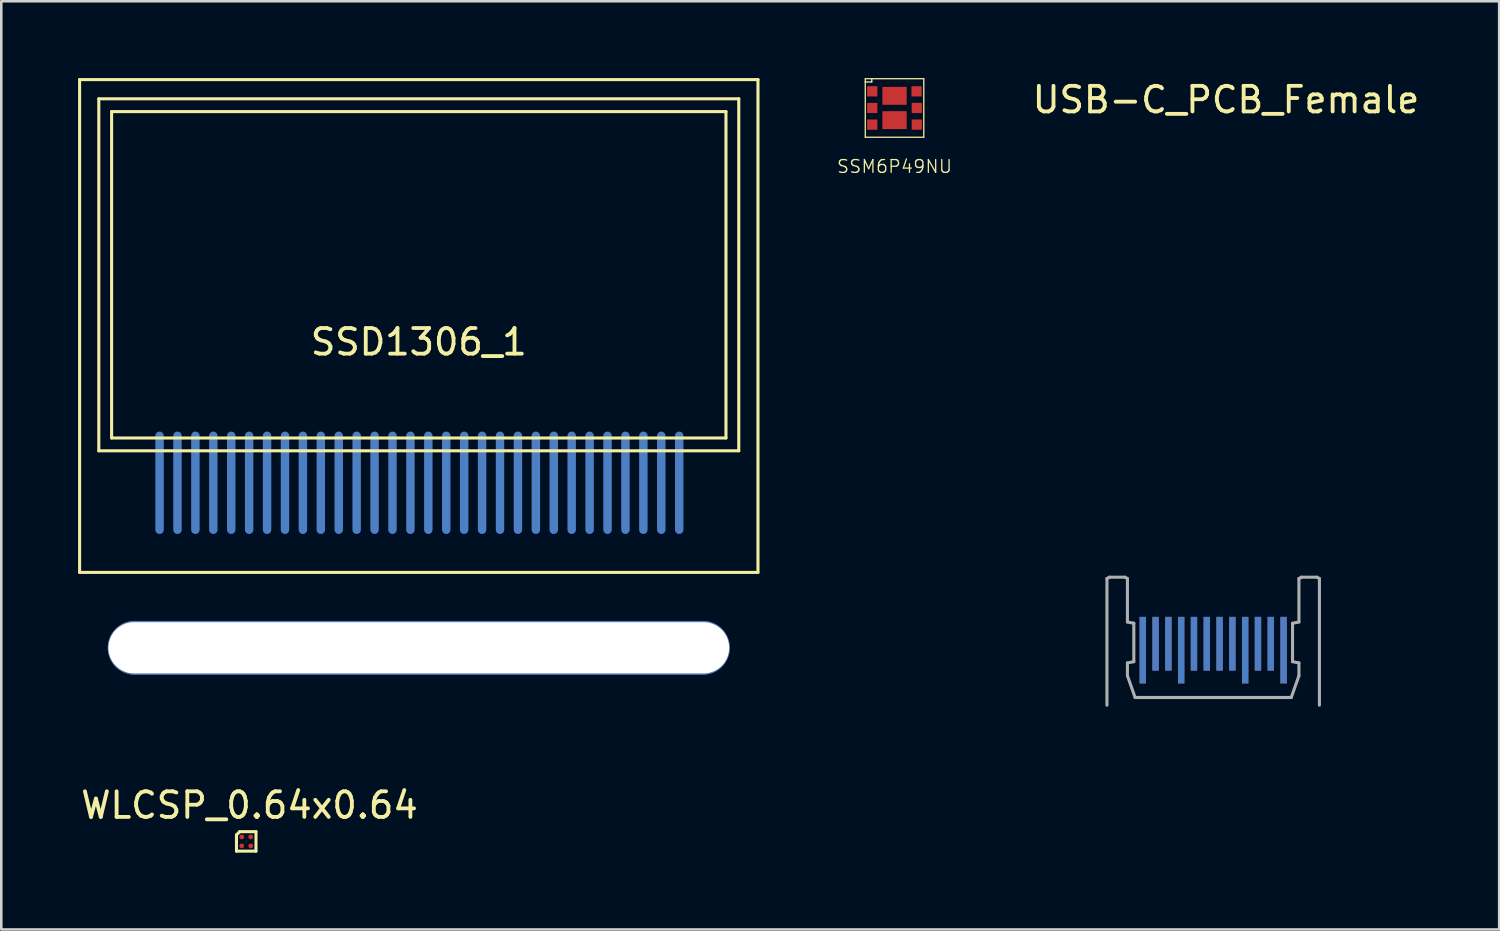
<source format=kicad_pcb>
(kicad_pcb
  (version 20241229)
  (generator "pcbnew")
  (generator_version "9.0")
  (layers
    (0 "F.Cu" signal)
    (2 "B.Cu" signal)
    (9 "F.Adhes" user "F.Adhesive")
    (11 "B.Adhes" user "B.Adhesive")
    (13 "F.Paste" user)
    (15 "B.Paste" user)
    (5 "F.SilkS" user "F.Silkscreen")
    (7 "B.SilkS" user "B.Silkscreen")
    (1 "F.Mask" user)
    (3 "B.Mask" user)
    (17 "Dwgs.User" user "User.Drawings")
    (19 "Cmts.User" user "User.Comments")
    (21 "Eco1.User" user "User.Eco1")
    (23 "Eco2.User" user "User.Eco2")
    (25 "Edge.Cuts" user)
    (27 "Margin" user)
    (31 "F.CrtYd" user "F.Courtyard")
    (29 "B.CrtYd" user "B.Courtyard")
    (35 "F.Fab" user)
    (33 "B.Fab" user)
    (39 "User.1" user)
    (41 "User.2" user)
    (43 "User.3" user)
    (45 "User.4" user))
  (footprint "SSM6P49NU"
    (layer "F.Cu")
    (at 31.895 1.168)
    (property "Reference" "SSM6P49NU" (at 0 2.286 0) (layer "F.SilkS") (effects (font (size 0.5 0.5) (thickness 0.05))))
    (attr through_hole)
    (fp_line (start -1.143 -1.143) (end 1.143 -1.143) (stroke (width 0.05) (type solid)) (layer "F.SilkS"))
    (fp_line (start -1.143 -1.016) (end -0.889 -1.016) (stroke (width 0.05) (type solid)) (layer "F.SilkS"))
    (fp_line (start -1.143 1.143) (end -1.143 -1.143) (stroke (width 0.05) (type solid)) (layer "F.SilkS"))
    (fp_line (start -0.889 -1.016) (end -0.889 -1.143) (stroke (width 0.05) (type solid)) (layer "F.SilkS"))
    (fp_line (start 1.143 -1.143) (end 1.143 1.143) (stroke (width 0.05) (type solid)) (layer "F.SilkS"))
    (fp_line (start 1.143 1.143) (end -1.143 1.143) (stroke (width 0.05) (type solid)) (layer "F.SilkS"))
    (pad "1" smd rect (at -0.87 -0.65) (size 0.4 0.4) (layers "F.Cu" "F.Mask" "F.Paste"))
    (pad "2" smd rect (at -0.87 0) (size 0.4 0.4) (layers "F.Cu" "F.Mask" "F.Paste"))
    (pad "3" smd rect (at -0.87 0.65) (size 0.4 0.4) (layers "F.Cu" "F.Mask" "F.Paste"))
    (pad "4" smd rect (at 0.87 0.65) (size 0.4 0.4) (layers "F.Cu" "F.Mask" "F.Paste"))
    (pad "5" smd rect (at 0.87 0) (size 0.4 0.4) (layers "F.Cu" "F.Mask" "F.Paste"))
    (pad "6" smd rect (at 0.86 -0.65) (size 0.4 0.4) (layers "F.Cu" "F.Mask" "F.Paste"))
    (pad "7" smd rect (at 0 -0.475) (size 0.95 0.7) (layers "F.Cu" "F.Mask" "F.Paste"))
    (pad "8" smd rect (at 0 0.475) (size 0.95 0.7) (layers "F.Cu" "F.Mask" "F.Paste")))
  (footprint "WLCSP_0.64x0.64"
    (layer "F.Cu")
    (at 6.569 29.819)
    (property "Reference" "WLCSP_0.64x0.64" (at 0.127 -1.412 0) (layer "F.SilkS") (effects (font (size 1 1) (thickness 0.15))))
    (attr through_hole)
    (fp_line (start -0.381 0.381) (end -0.381 -0.254) (stroke (width 0.12) (type solid)) (layer "F.SilkS"))
    (fp_line (start -0.381 0.381) (end 0.381 0.381) (stroke (width 0.12) (type solid)) (layer "F.SilkS"))
    (fp_line (start -0.254 -0.381) (end -0.381 -0.254) (stroke (width 0.12) (type solid)) (layer "F.SilkS"))
    (fp_line (start 0.381 -0.381) (end -0.254 -0.381) (stroke (width 0.12) (type solid)) (layer "F.SilkS"))
    (fp_line (start 0.381 0.381) (end 0.381 -0.381) (stroke (width 0.12) (type solid)) (layer "F.SilkS"))
    (pad "A1" smd circle (at -0.175 -0.175) (size 0.187 0.187) (layers "F.Cu" "F.Mask" "F.Paste"))
    (pad "A2" smd circle (at 0.175 -0.175) (size 0.187 0.187) (layers "F.Cu" "F.Mask" "F.Paste"))
    (pad "B1" smd circle (at -0.175 0.175) (size 0.187 0.187) (layers "F.Cu" "F.Mask" "F.Paste"))
    (pad "B2" smd circle (at 0.175 0.175) (size 0.187 0.187) (layers "F.Cu" "F.Mask" "F.Paste")))
  (footprint "USB-C_PCB_Female"
    (layer "F.Cu")
    (at 44.343 22.348)
    (property "Reference" "USB-C_PCB_Female" (at 0.5 -21.5 0) (layer "F.SilkS") (effects (font (size 1 1) (thickness 0.15))))
    (attr through_hole)
    (fp_line (start -4.15 -2.8) (end -4.15 2.15) (stroke (width 0.12) (type solid)) (layer "F.Fab"))
    (fp_line (start -4.15 -2.8) (end -4.05 -2.85) (stroke (width 0.12) (type solid)) (layer "F.Fab"))
    (fp_line (start -4.05 -2.85) (end -3.45 -2.85) (stroke (width 0.12) (type solid)) (layer "F.Fab"))
    (fp_line (start -3.45 -2.85) (end -3.35 -2.8) (stroke (width 0.12) (type solid)) (layer "F.Fab"))
    (fp_line (start -3.35 -1.1) (end -3.35 -2.8) (stroke (width 0.12) (type solid)) (layer "F.Fab"))
    (fp_line (start -3.35 0.5) (end -3.1 0.45) (stroke (width 0.12) (type solid)) (layer "F.Fab"))
    (fp_line (start -3.35 1) (end -3.35 0.5) (stroke (width 0.12) (type solid)) (layer "F.Fab"))
    (fp_line (start -3.1 -1.05) (end -3.35 -1.1) (stroke (width 0.12) (type solid)) (layer "F.Fab"))
    (fp_line (start -3.1 0.45) (end -3.1 -1.05) (stroke (width 0.12) (type solid)) (layer "F.Fab"))
    (fp_line (start -3.05 1.85) (end -3.35 1) (stroke (width 0.12) (type solid)) (layer "F.Fab"))
    (fp_line (start -3.05 1.85) (end 3.05 1.85) (stroke (width 0.12) (type solid)) (layer "F.Fab"))
    (fp_line (start 3.05 1.85) (end 3.35 1) (stroke (width 0.12) (type solid)) (layer "F.Fab"))
    (fp_line (start 3.1 -1.05) (end 3.35 -1.1) (stroke (width 0.12) (type solid)) (layer "F.Fab"))
    (fp_line (start 3.1 0.45) (end 3.1 -1.05) (stroke (width 0.12) (type solid)) (layer "F.Fab"))
    (fp_line (start 3.35 -2.8) (end 3.45 -2.85) (stroke (width 0.12) (type solid)) (layer "F.Fab"))
    (fp_line (start 3.35 -1.1) (end 3.35 -2.8) (stroke (width 0.12) (type solid)) (layer "F.Fab"))
    (fp_line (start 3.35 0.5) (end 3.1 0.45) (stroke (width 0.12) (type solid)) (layer "F.Fab"))
    (fp_line (start 3.35 1) (end 3.35 0.5) (stroke (width 0.12) (type solid)) (layer "F.Fab"))
    (fp_line (start 3.45 -2.85) (end 4.05 -2.85) (stroke (width 0.12) (type solid)) (layer "F.Fab"))
    (fp_line (start 4.05 -2.85) (end 4.15 -2.8) (stroke (width 0.12) (type solid)) (layer "F.Fab"))
    (fp_line (start 4.15 -2.8) (end 4.15 2.15) (stroke (width 0.12) (type solid)) (layer "F.Fab"))
    (pad "A1" smd rect (at -2.75 0) (size 0.25 2.6) (layers "F.Cu" "F.Mask" "F.Paste"))
    (pad "A2" smd rect (at -2.25 -0.25) (size 0.25 2.1) (layers "F.Cu" "F.Mask" "F.Paste"))
    (pad "A3" smd rect (at -1.75 -0.25) (size 0.25 2.1) (layers "F.Cu" "F.Mask" "F.Paste"))
    (pad "A4" smd rect (at -1.25 0) (size 0.25 2.6) (layers "F.Cu" "F.Mask" "F.Paste"))
    (pad "A5" smd rect (at -0.75 -0.25) (size 0.25 2.1) (layers "F.Cu" "F.Mask" "F.Paste"))
    (pad "A6" smd rect (at -0.25 -0.25) (size 0.25 2.1) (layers "F.Cu" "F.Mask" "F.Paste"))
    (pad "A7" smd rect (at 0.25 -0.25) (size 0.25 2.1) (layers "F.Cu" "F.Mask" "F.Paste"))
    (pad "A8" smd rect (at 0.75 -0.25) (size 0.25 2.1) (layers "F.Cu" "F.Mask" "F.Paste"))
    (pad "A9" smd rect (at 1.25 0) (size 0.25 2.6) (layers "F.Cu" "F.Mask" "F.Paste"))
    (pad "A10" smd rect (at 1.75 -0.25) (size 0.25 2.1) (layers "F.Cu" "F.Mask" "F.Paste"))
    (pad "A11" smd rect (at 2.25 -0.25) (size 0.25 2.1) (layers "F.Cu" "F.Mask" "F.Paste"))
    (pad "A12" smd rect (at 2.75 0) (size 0.25 2.6) (layers "F.Cu" "F.Mask" "F.Paste"))
    (pad "B1" smd rect (at 2.75 0 180) (size 0.25 2.6) (layers "B.Cu" "B.Mask" "B.Paste"))
    (pad "B2" smd rect (at 2.25 -0.25 180) (size 0.25 2.1) (layers "B.Cu" "B.Mask" "B.Paste"))
    (pad "B3" smd rect (at 1.75 -0.25 180) (size 0.25 2.1) (layers "B.Cu" "B.Mask" "B.Paste"))
    (pad "B4" smd rect (at 1.25 0 180) (size 0.25 2.6) (layers "B.Cu" "B.Mask" "B.Paste"))
    (pad "B5" smd rect (at 0.75 -0.25 180) (size 0.25 2.1) (layers "B.Cu" "B.Mask" "B.Paste"))
    (pad "B6" smd rect (at 0.25 -0.25 180) (size 0.25 2.1) (layers "B.Cu" "B.Mask" "B.Paste"))
    (pad "B7" smd rect (at -0.25 -0.25 180) (size 0.25 2.1) (layers "B.Cu" "B.Mask" "B.Paste"))
    (pad "B8" smd rect (at -0.75 -0.25 180) (size 0.25 2.1) (layers "B.Cu" "B.Mask" "B.Paste"))
    (pad "B9" smd rect (at -1.25 0 180) (size 0.25 2.6) (layers "B.Cu" "B.Mask" "B.Paste"))
    (pad "B10" smd rect (at -1.75 -0.25 180) (size 0.25 2.1) (layers "B.Cu" "B.Mask" "B.Paste"))
    (pad "B11" smd rect (at -2.25 -0.25 180) (size 0.25 2.1) (layers "B.Cu" "B.Mask" "B.Paste"))
    (pad "B12" smd rect (at -2.75 0 180) (size 0.25 2.6) (layers "B.Cu" "B.Mask" "B.Paste")))
  (footprint "SSD1306_1"
    (layer "F.Cu")
    (at 13.31 9.81)
    (property "Reference" "SSD1306_1" (at 0 0.5 0) (layer "F.SilkS") (effects (font (size 1 1) (thickness 0.15))))
    (attr through_hole)
    (fp_line (start -13.25 -9.75) (end -13.25 9.5) (stroke (width 0.12) (type solid)) (layer "F.SilkS"))
    (fp_line (start -13.25 9.5) (end 13.25 9.5) (stroke (width 0.12) (type solid)) (layer "F.SilkS"))
    (fp_line (start -12.5 -9) (end 12.5 -9) (stroke (width 0.12) (type solid)) (layer "F.SilkS"))
    (fp_line (start -12.5 4.75) (end -12.5 -9) (stroke (width 0.12) (type solid)) (layer "F.SilkS"))
    (fp_line (start -12 -8.5) (end 12 -8.5) (stroke (width 0.12) (type solid)) (layer "F.SilkS"))
    (fp_line (start -12 4.25) (end -12 -8.5) (stroke (width 0.12) (type solid)) (layer "F.SilkS"))
    (fp_line (start 12 -8.5) (end 12 4.25) (stroke (width 0.12) (type solid)) (layer "F.SilkS"))
    (fp_line (start 12 4.25) (end -12 4.25) (stroke (width 0.12) (type solid)) (layer "F.SilkS"))
    (fp_line (start 12.5 -9) (end 12.5 4.75) (stroke (width 0.12) (type solid)) (layer "F.SilkS"))
    (fp_line (start 12.5 4.75) (end -12.5 4.75) (stroke (width 0.12) (type solid)) (layer "F.SilkS"))
    (fp_line (start 13.25 -9.75) (end -13.25 -9.75) (stroke (width 0.12) (type solid)) (layer "F.SilkS"))
    (fp_line (start 13.25 9.5) (end 13.25 -9.75) (stroke (width 0.12) (type solid)) (layer "F.SilkS"))
    (pad "" thru_hole oval (at 0 12.446) (size 24.3 2.1) (drill oval 24.25 2) (layers "*.Cu" "*.Mask"))
    (pad "1" smd oval (at -10.127 6) (size 0.33 4) (layers "B.Cu" "B.Mask" "B.Paste"))
    (pad "2" smd oval (at -9.427 6) (size 0.33 4) (layers "B.Cu" "B.Mask" "B.Paste"))
    (pad "3" smd oval (at -8.727 6) (size 0.33 4) (layers "B.Cu" "B.Mask" "B.Paste"))
    (pad "4" smd oval (at -8.027 6) (size 0.33 4) (layers "B.Cu" "B.Mask" "B.Paste"))
    (pad "5" smd oval (at -7.327 6) (size 0.33 4) (layers "B.Cu" "B.Mask" "B.Paste"))
    (pad "6" smd oval (at -6.627 6) (size 0.33 4) (layers "B.Cu" "B.Mask" "B.Paste"))
    (pad "7" smd oval (at -5.927 6) (size 0.33 4) (layers "B.Cu" "B.Mask" "B.Paste"))
    (pad "8" smd oval (at -5.227 6) (size 0.33 4) (layers "B.Cu" "B.Mask" "B.Paste"))
    (pad "9" smd oval (at -4.527 6) (size 0.33 4) (layers "B.Cu" "B.Mask" "B.Paste"))
    (pad "10" smd oval (at -3.827 6) (size 0.33 4) (layers "B.Cu" "B.Mask" "B.Paste"))
    (pad "11" smd oval (at -3.127 6) (size 0.33 4) (layers "B.Cu" "B.Mask" "B.Paste"))
    (pad "12" smd oval (at -2.427 6) (size 0.33 4) (layers "B.Cu" "B.Mask" "B.Paste"))
    (pad "13" smd oval (at -1.727 6) (size 0.33 4) (layers "B.Cu" "B.Mask" "B.Paste"))
    (pad "14" smd oval (at -1.027 6) (size 0.33 4) (layers "B.Cu" "B.Mask" "B.Paste"))
    (pad "15" smd oval (at -0.327 6) (size 0.33 4) (layers "B.Cu" "B.Mask" "B.Paste"))
    (pad "16" smd oval (at 0.373 6) (size 0.33 4) (layers "B.Cu" "B.Mask" "B.Paste"))
    (pad "17" smd oval (at 1.073 6) (size 0.33 4) (layers "B.Cu" "B.Mask" "B.Paste"))
    (pad "18" smd oval (at 1.773 6) (size 0.33 4) (layers "B.Cu" "B.Mask" "B.Paste"))
    (pad "19" smd oval (at 2.473 6) (size 0.33 4) (layers "B.Cu" "B.Mask" "B.Paste"))
    (pad "20" smd oval (at 3.173 6) (size 0.33 4) (layers "B.Cu" "B.Mask" "B.Paste"))
    (pad "21" smd oval (at 3.873 6) (size 0.33 4) (layers "B.Cu" "B.Mask" "B.Paste"))
    (pad "22" smd oval (at 4.573 6) (size 0.33 4) (layers "B.Cu" "B.Mask" "B.Paste"))
    (pad "23" smd oval (at 5.273 6) (size 0.33 4) (layers "B.Cu" "B.Mask" "B.Paste"))
    (pad "24" smd oval (at 5.973 6) (size 0.33 4) (layers "B.Cu" "B.Mask" "B.Paste"))
    (pad "25" smd oval (at 6.673 6) (size 0.33 4) (layers "B.Cu" "B.Mask" "B.Paste"))
    (pad "26" smd oval (at 7.373 6) (size 0.33 4) (layers "B.Cu" "B.Mask" "B.Paste"))
    (pad "27" smd oval (at 8.073 6) (size 0.33 4) (layers "B.Cu" "B.Mask" "B.Paste"))
    (pad "28" smd oval (at 8.773 6) (size 0.33 4) (layers "B.Cu" "B.Mask" "B.Paste"))
    (pad "29" smd oval (at 9.473 6) (size 0.33 4) (layers "B.Cu" "B.Mask" "B.Paste"))
    (pad "30" smd oval (at 10.173 6) (size 0.33 4) (layers "B.Cu" "B.Mask" "B.Paste")))
  (gr_rect
    (start -3 -3)
    (end 55.515 33.26)
    (stroke (width 0.1) (type default))
    (fill no)
    (layer "Edge.Cuts")))
</source>
